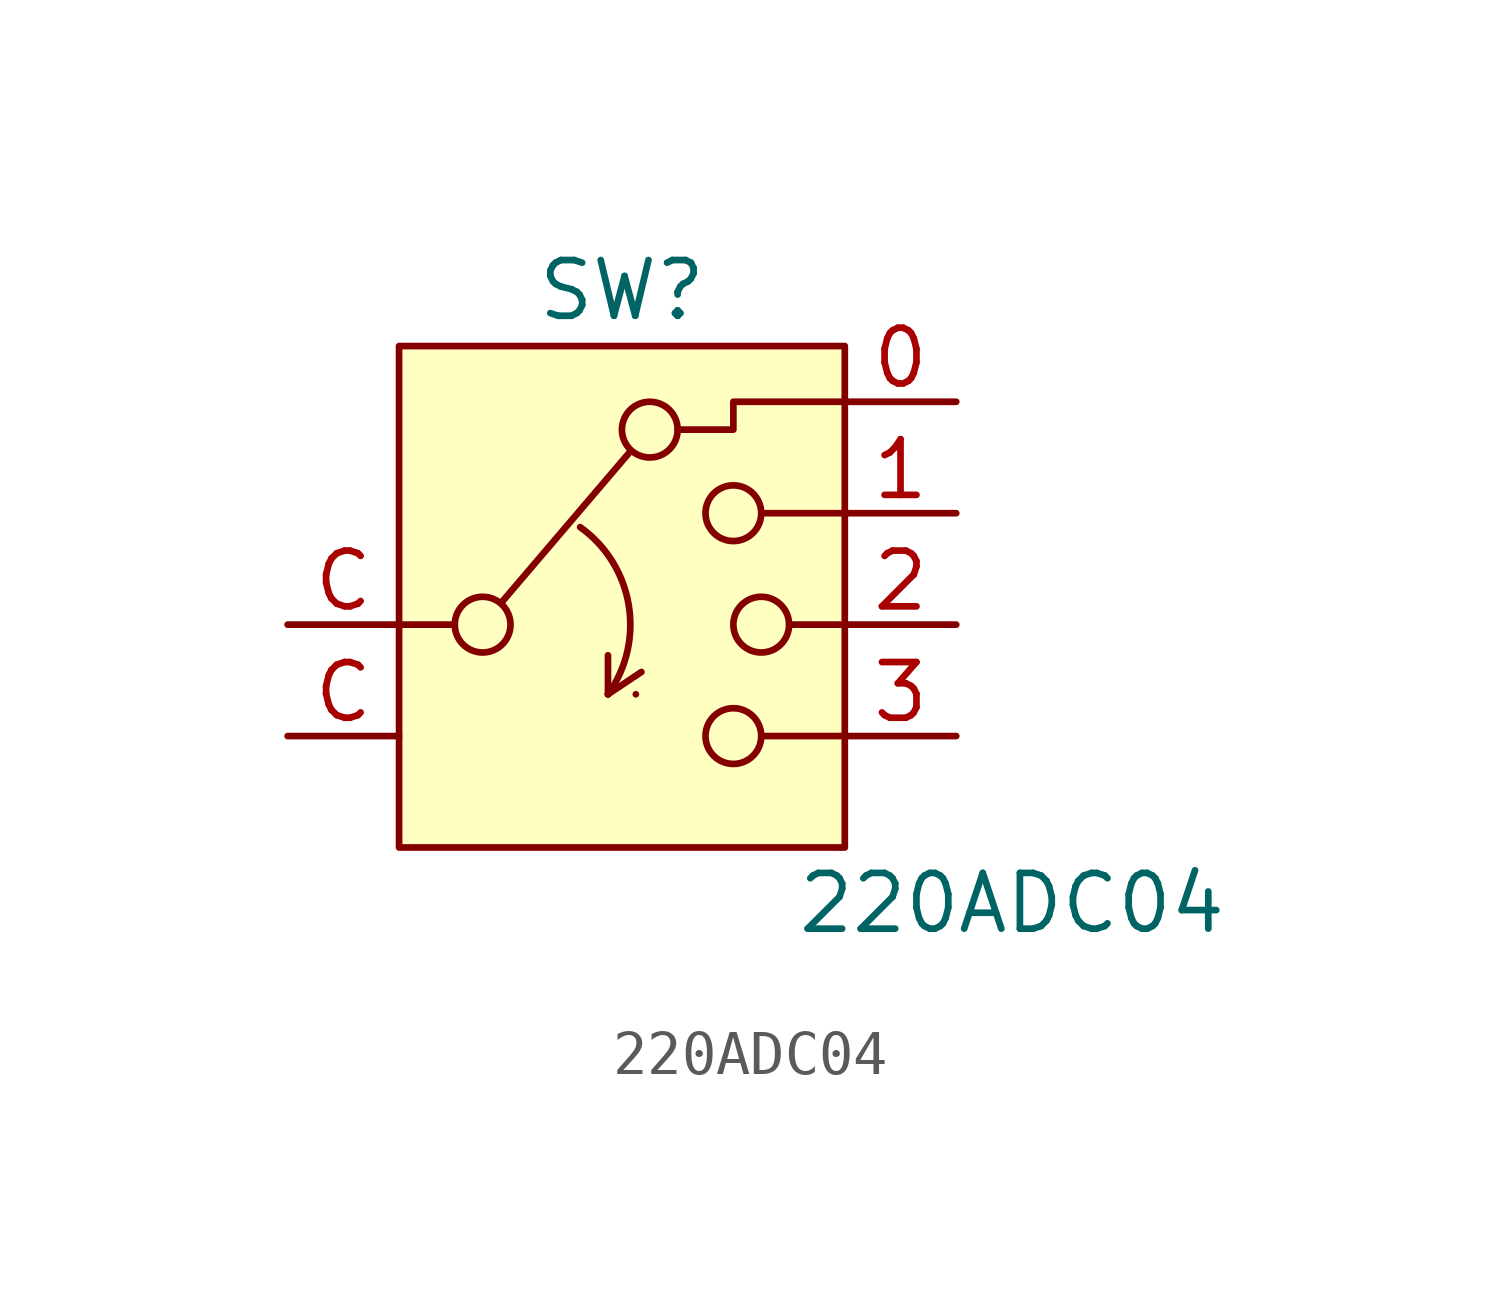
<source format=kicad_sym>
(kicad_symbol_lib
  (version 20241209)
  (generator "kicad_symbol_editor")
  (generator_version "9.0")
  (symbol "220ADC04"
    (pin_names
      (hide yes))
    (property "Reference" "SW"
      (at 0 7.62 0)
      (effects (font (size 1.27 1.27))))
    (property "Value" "220ADC04"
      (at 8.89 -6.35 0)
      (effects (font (size 1.27 1.27))))
    (symbol "220ADC04_0_1"
      (polyline (pts (xy -5.08 0) (xy -3.81 0)) (stroke (width 0) (type default)) (fill (type none)))
      (circle (center -3.175 0) (radius 0.635) (stroke (width 0) (type default)) (fill (type none)))
      (polyline (pts (xy -2.743 0.508) (xy 0.203 3.962)) (stroke (width 0) (type default)) (fill (type none)))
      (arc (start -0.9526 2.2225) (mid 0.154 0.449) (end -0.3176 -1.5875) (stroke (width 0) (type default)) (fill (type none)))
      (polyline (pts (xy -0.318 -1.587) (xy -0.318 -0.699)) (stroke (width 0) (type default)) (fill (type none)))
      (polyline (pts (xy -0.318 -1.587) (xy -0.318 -1.587)) (stroke (width 0) (type default)) (fill (type none)))
      (polyline (pts (xy -0.318 -1.587) (xy 0.444 -1.079)) (stroke (width 0) (type default)) (fill (type none)))
      (polyline (pts (xy 0.317 -1.587) (xy 0.317 -1.587)) (stroke (width 0) (type default)) (fill (type none)))
      (circle (center 0.635 4.445) (radius 0.635) (stroke (width 0) (type default)) (fill (type none)))
      (circle (center 2.54 2.54) (radius 0.635) (stroke (width 0) (type default)) (fill (type none)))
      (circle (center 2.54 -2.54) (radius 0.635) (stroke (width 0) (type default)) (fill (type none)))
      (circle (center 3.175 0) (radius 0.635) (stroke (width 0) (type default)) (fill (type none)))
      (polyline (pts (xy 5.08 5.08) (xy 2.54 5.08) (xy 2.54 4.445) (xy 1.27 4.445)) (stroke (width 0) (type default)) (fill (type none)))
      (polyline (pts (xy 5.08 2.54) (xy 3.175 2.54)) (stroke (width 0) (type default)) (fill (type none)))
      (polyline (pts (xy 5.08 0) (xy 3.81 0)) (stroke (width 0) (type default)) (fill (type none)))
      (polyline (pts (xy 5.08 -2.54) (xy 3.175 -2.54)) (stroke (width 0) (type default)) (fill (type none))))
    (symbol "220ADC04_1_1"
      (polyline (pts (xy -5.08 6.35) (xy 5.08 6.35) (xy 5.08 -5.08) (xy -5.08 -5.08) (xy -5.08 6.35) (xy -5.08 6.35)) (stroke (width 0) (type default)) (fill (type background)))
      (pin passive line (at -7.62 0 0) (length 2.54) (name "" (effects (font (size 1.27 1.27)))) (number "C" (effects (font (size 1.27 1.27)))))
      (pin passive line (at -7.62 -2.54 0) (length 2.54) (name "" (effects (font (size 1.27 1.27)))) (number "C" (effects (font (size 1.27 1.27)))))
      (pin passive line (at 7.62 5.08 180) (length 2.54) (name "" (effects (font (size 1.27 1.27)))) (number "0" (effects (font (size 1.27 1.27)))))
      (pin passive line (at 7.62 2.54 180) (length 2.54) (name "" (effects (font (size 1.27 1.27)))) (number "1" (effects (font (size 1.27 1.27)))))
      (pin passive line (at 7.62 0 180) (length 2.54) (name "" (effects (font (size 1.27 1.27)))) (number "2" (effects (font (size 1.27 1.27)))))
      (pin passive line (at 7.62 -2.54 180) (length 2.54) (name "" (effects (font (size 1.27 1.27)))) (number "3" (effects (font (size 1.27 1.27))))))))
</source>
